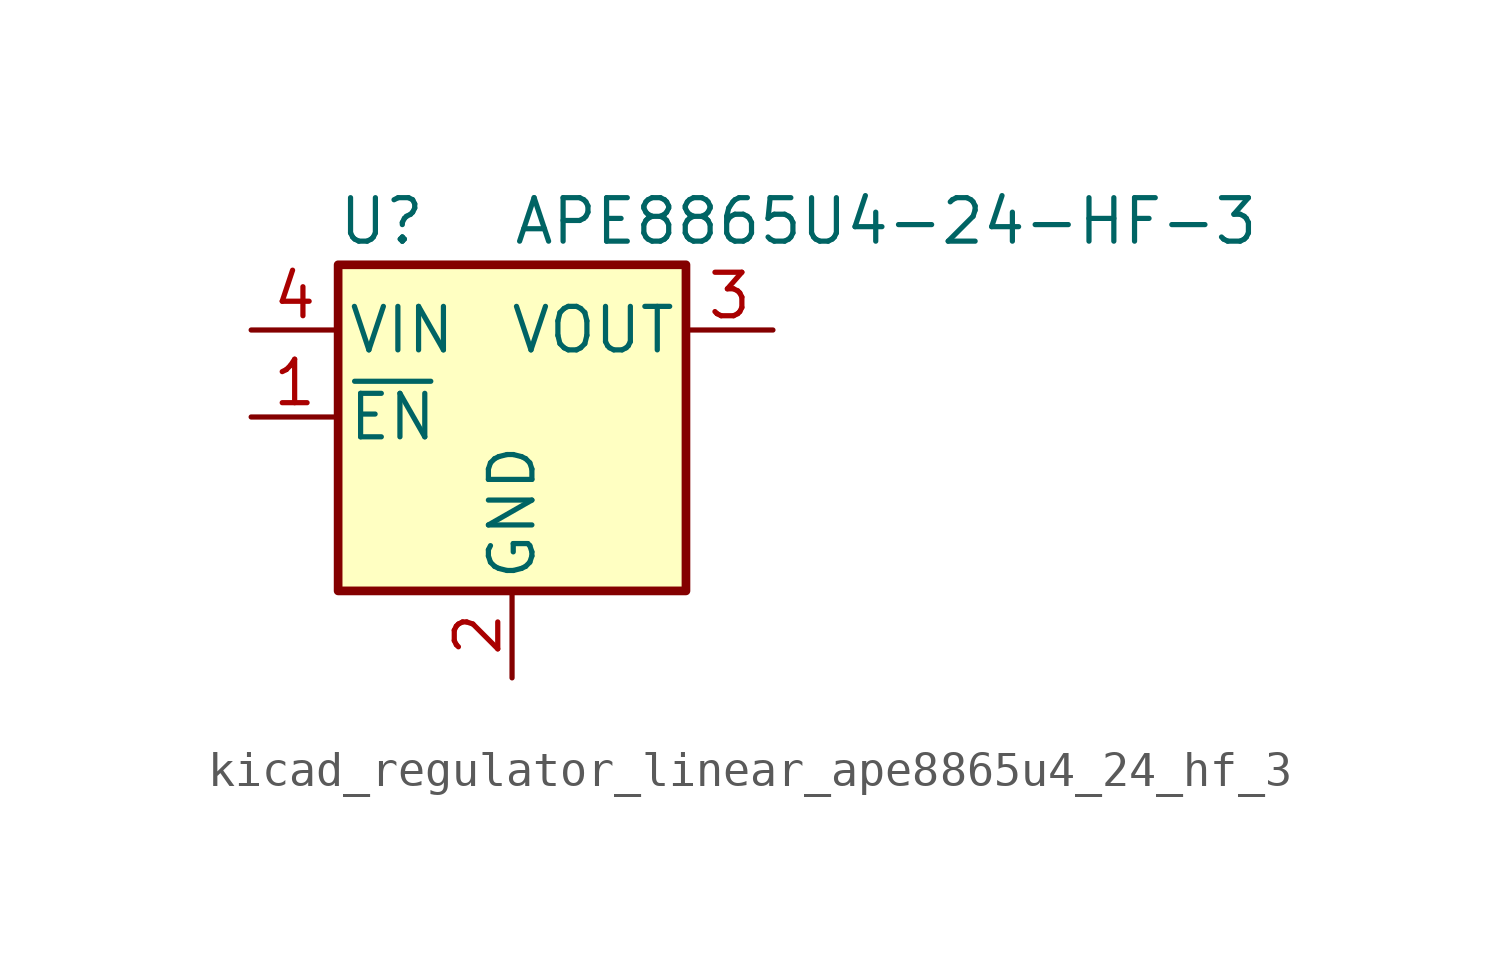
<source format=kicad_sym>
(kicad_symbol_lib
  (version 20220914)
  (generator kicad_symbol_editor)
  (symbol "kicad_regulator_linear_ape8865u4_24_hf_3"
    (pin_names
      (offset 0.254))
    (property "Reference" "U"
      (at -3.81 5.715 0)
      (effects (font (size 1.27 1.27))))
    (property "Value" "APE8865U4-24-HF-3"
      (at 0 5.715 0)
      (effects (font (size 1.27 1.27)) (justify left)))
    (symbol "kicad_regulator_linear_ape8865u4_24_hf_3_0_1"
      (rectangle (start -5.08 4.445) (end 5.08 -5.08) (stroke (width 0.254) (type default)) (fill (type background))))
    (symbol "kicad_regulator_linear_ape8865u4_24_hf_3_1_1"
      (pin input line (at -7.62 0 0) (length 2.54) (name "~{EN}" (effects (font (size 1.27 1.27)))) (number "1" (effects (font (size 1.27 1.27)))))
      (pin power_in line (at 0 -7.62 90) (length 2.54) (name "GND" (effects (font (size 1.27 1.27)))) (number "2" (effects (font (size 1.27 1.27)))))
      (pin power_out line (at 7.62 2.54 180) (length 2.54) (name "VOUT" (effects (font (size 1.27 1.27)))) (number "3" (effects (font (size 1.27 1.27)))))
      (pin power_in line (at -7.62 2.54 0) (length 2.54) (name "VIN" (effects (font (size 1.27 1.27)))) (number "4" (effects (font (size 1.27 1.27))))))))
</source>
